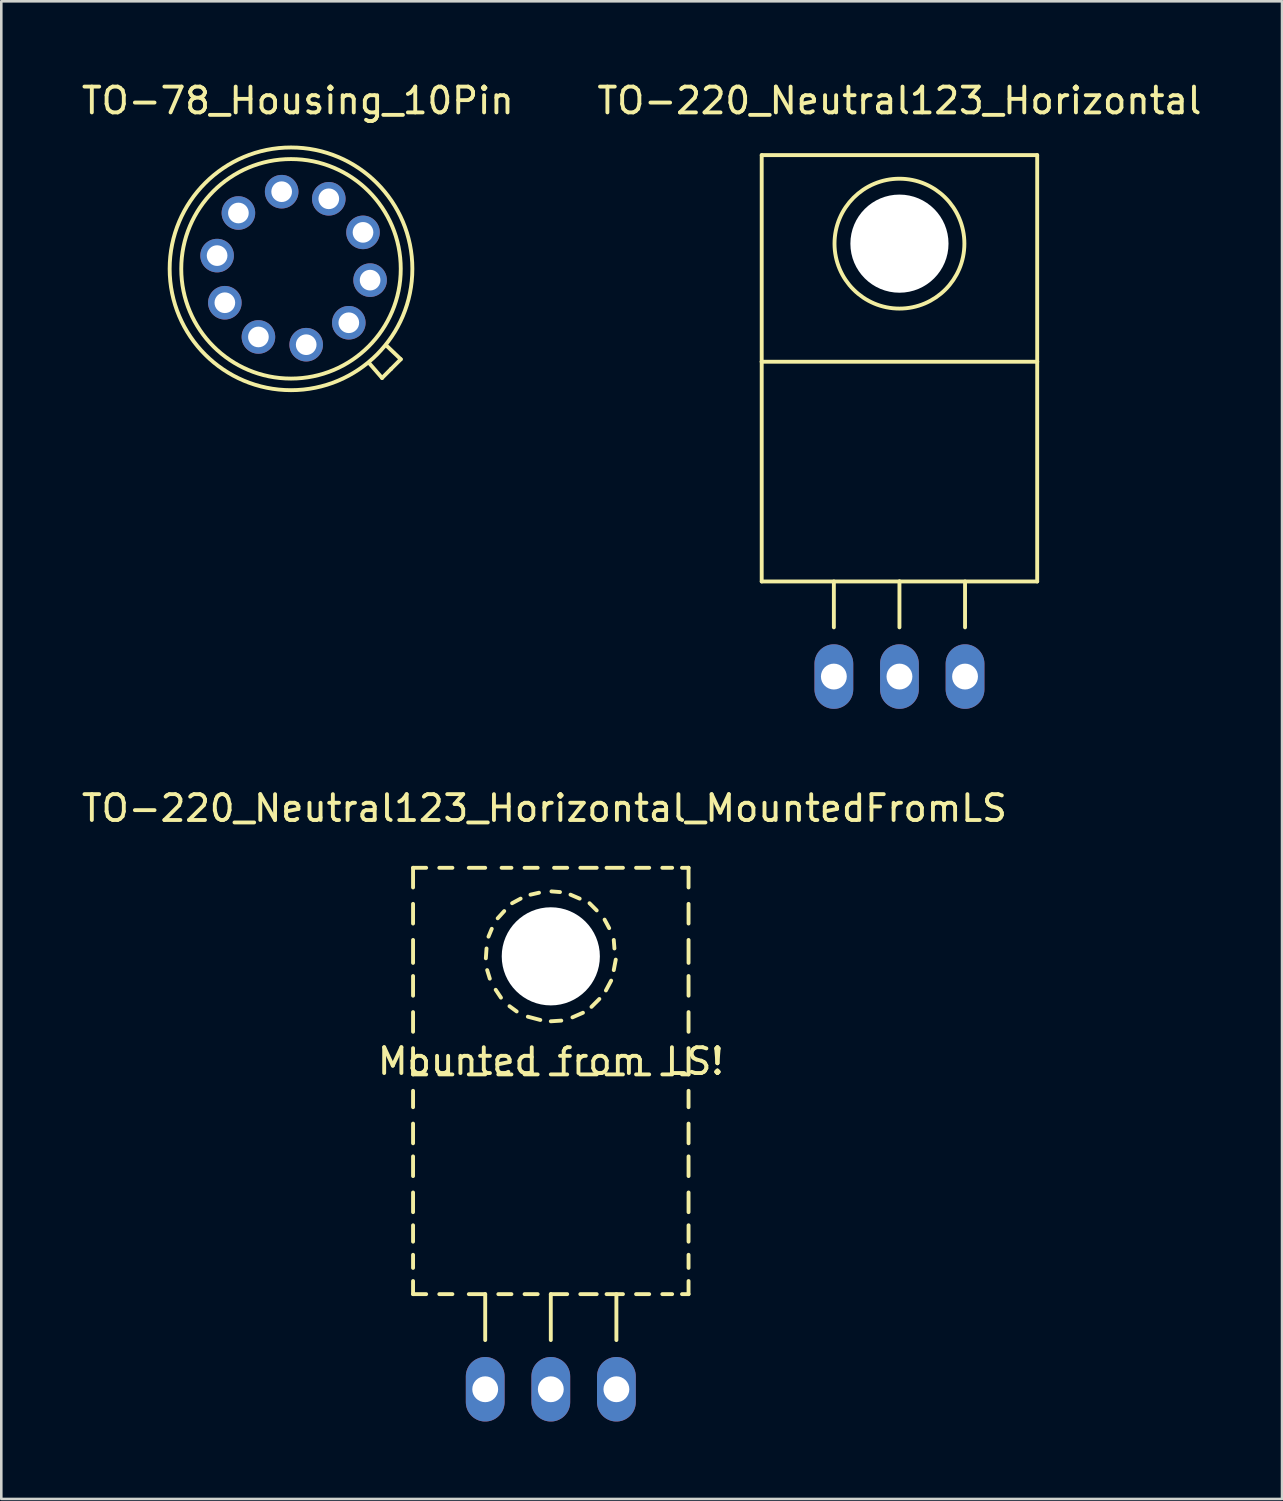
<source format=kicad_pcb>
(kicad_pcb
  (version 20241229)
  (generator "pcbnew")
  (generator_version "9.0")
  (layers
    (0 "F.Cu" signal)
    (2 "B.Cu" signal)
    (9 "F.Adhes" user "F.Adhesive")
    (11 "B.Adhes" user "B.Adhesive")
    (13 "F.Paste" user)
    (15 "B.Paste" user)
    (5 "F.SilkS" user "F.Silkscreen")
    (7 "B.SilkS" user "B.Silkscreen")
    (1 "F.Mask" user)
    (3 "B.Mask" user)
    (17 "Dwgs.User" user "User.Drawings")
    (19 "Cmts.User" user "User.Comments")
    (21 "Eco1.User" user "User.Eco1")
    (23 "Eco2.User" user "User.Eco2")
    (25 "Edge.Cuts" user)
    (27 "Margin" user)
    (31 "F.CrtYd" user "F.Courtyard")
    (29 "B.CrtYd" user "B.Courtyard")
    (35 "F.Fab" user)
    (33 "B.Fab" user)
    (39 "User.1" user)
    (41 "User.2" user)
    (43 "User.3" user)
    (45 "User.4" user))
  (footprint "TO-220_Neutral123_Horizontal"
    (layer "F.Cu")
    (at 31.78 23.149)
    (property "Reference" "TO-220_Neutral123_Horizontal" (at 0 -22.301 0) (layer "F.SilkS") (effects (font (size 1 1) (thickness 0.15))))
    (attr through_hole)
    (fp_line (start -5.334 -20.193) (end -5.334 -12.192) (stroke (width 0.15) (type solid)) (layer "F.SilkS"))
    (fp_line (start -5.334 -12.192) (end -5.334 -3.683) (stroke (width 0.15) (type solid)) (layer "F.SilkS"))
    (fp_line (start -2.54 -3.683) (end -2.54 -1.905) (stroke (width 0.15) (type solid)) (layer "F.SilkS"))
    (fp_line (start 0 -3.683) (end -5.334 -3.683) (stroke (width 0.15) (type solid)) (layer "F.SilkS"))
    (fp_line (start 0 -3.683) (end 0 -1.905) (stroke (width 0.15) (type solid)) (layer "F.SilkS"))
    (fp_line (start 0 -3.683) (end 5.334 -3.683) (stroke (width 0.15) (type solid)) (layer "F.SilkS"))
    (fp_line (start 2.54 -3.683) (end 2.54 -1.905) (stroke (width 0.15) (type solid)) (layer "F.SilkS"))
    (fp_line (start 5.334 -20.193) (end -5.334 -20.193) (stroke (width 0.15) (type solid)) (layer "F.SilkS"))
    (fp_line (start 5.334 -12.192) (end -5.334 -12.192) (stroke (width 0.15) (type solid)) (layer "F.SilkS"))
    (fp_line (start 5.334 -12.192) (end 5.334 -20.193) (stroke (width 0.15) (type solid)) (layer "F.SilkS"))
    (fp_line (start 5.334 -3.683) (end 5.334 -12.192) (stroke (width 0.15) (type solid)) (layer "F.SilkS"))
    (fp_circle (center 0 -16.764) (end 1.778 -14.986) (stroke (width 0.15) (type solid)) (fill no) (layer "F.SilkS"))
    (pad "" np_thru_hole circle (at 0 -16.764 90) (size 3.8 3.8) (drill 3.8) (layers "*.Cu" "*.Mask"))
    (pad "1" thru_hole oval (at -2.54 0 90) (size 2.499 1.501) (drill 1.001) (layers "*.Cu" "*.Mask"))
    (pad "2" thru_hole oval (at 0 0 90) (size 2.499 1.501) (drill 1.001) (layers "*.Cu" "*.Mask"))
    (pad "3" thru_hole oval (at 2.54 0 90) (size 2.499 1.501) (drill 1.001) (layers "*.Cu" "*.Mask")))
  (footprint "TO-78_Housing_10Pin"
    (layer "F.Cu")
    (at 8.332 7.323)
    (property "Reference" "TO-78_Housing_10Pin" (at 0.15 -6.475 0) (layer "F.SilkS") (effects (font (size 1 1) (thickness 0.15))))
    (attr through_hole)
    (fp_line (start 3.413 4.263) (end 2.913 3.688) (stroke (width 0.15) (type solid)) (layer "F.SilkS"))
    (fp_line (start 3.763 3.913) (end 3.413 4.263) (stroke (width 0.15) (type solid)) (layer "F.SilkS"))
    (fp_line (start 3.763 3.913) (end 4.138 3.538) (stroke (width 0.15) (type solid)) (layer "F.SilkS"))
    (fp_line (start 4.138 3.538) (end 3.587 3.013) (stroke (width 0.15) (type solid)) (layer "F.SilkS"))
    (fp_circle (center -0.113 0.037) (end -0.113 -4.662) (stroke (width 0.15) (type solid)) (fill no) (layer "F.SilkS"))
    (fp_circle (center -0.113 0.037) (end -0.113 -4.213) (stroke (width 0.15) (type solid)) (fill no) (layer "F.SilkS"))
    (pad "1" thru_hole circle (at 2.95 0.475) (size 1.3 1.3) (drill 0.8) (layers "*.Cu" "*.Mask"))
    (pad "2" thru_hole circle (at 2.675 -1.375) (size 1.3 1.3) (drill 0.8) (layers "*.Cu" "*.Mask"))
    (pad "3" thru_hole circle (at 1.35 -2.675) (size 1.3 1.3) (drill 0.8) (layers "*.Cu" "*.Mask"))
    (pad "4" thru_hole circle (at -0.475 -2.95) (size 1.3 1.3) (drill 0.8) (layers "*.Cu" "*.Mask"))
    (pad "5" thru_hole circle (at -2.15 -2.125) (size 1.3 1.3) (drill 0.8) (layers "*.Cu" "*.Mask"))
    (pad "6" thru_hole circle (at -2.975 -0.475) (size 1.3 1.3) (drill 0.8) (layers "*.Cu" "*.Mask"))
    (pad "7" thru_hole circle (at -2.675 1.35) (size 1.3 1.3) (drill 0.8) (layers "*.Cu" "*.Mask"))
    (pad "8" thru_hole circle (at -1.375 2.675) (size 1.3 1.3) (drill 0.8) (layers "*.Cu" "*.Mask"))
    (pad "9" thru_hole circle (at 0.475 2.975) (size 1.3 1.3) (drill 0.8) (layers "*.Cu" "*.Mask"))
    (pad "10" thru_hole circle (at 2.125 2.125) (size 1.3 1.3) (drill 0.8) (layers "*.Cu" "*.Mask")))
  (footprint "TO-220_Neutral123_Horizontal_MountedFromLS"
    (layer "F.Cu")
    (at 18.279 50.747)
    (property "Reference" "TO-220_Neutral123_Horizontal_MountedFromLS" (at -0.249 -22.499 0) (layer "F.SilkS") (effects (font (size 1 1) (thickness 0.15))))
    (attr through_hole)
    (fp_line (start -5.334 -20.193) (end -5.334 -19.431) (stroke (width 0.15) (type solid)) (layer "F.SilkS"))
    (fp_line (start -5.334 -20.193) (end -4.826 -20.193) (stroke (width 0.15) (type solid)) (layer "F.SilkS"))
    (fp_line (start -5.334 -18.796) (end -5.334 -18.034) (stroke (width 0.15) (type solid)) (layer "F.SilkS"))
    (fp_line (start -5.334 -17.399) (end -5.334 -16.51) (stroke (width 0.15) (type solid)) (layer "F.SilkS"))
    (fp_line (start -5.334 -16.002) (end -5.334 -15.24) (stroke (width 0.15) (type solid)) (layer "F.SilkS"))
    (fp_line (start -5.334 -14.605) (end -5.334 -13.843) (stroke (width 0.15) (type solid)) (layer "F.SilkS"))
    (fp_line (start -5.334 -13.208) (end -5.334 -12.192) (stroke (width 0.15) (type solid)) (layer "F.SilkS"))
    (fp_line (start -5.334 -12.192) (end -4.826 -12.192) (stroke (width 0.15) (type solid)) (layer "F.SilkS"))
    (fp_line (start -5.334 -11.557) (end -5.334 -10.922) (stroke (width 0.15) (type solid)) (layer "F.SilkS"))
    (fp_line (start -5.334 -10.287) (end -5.334 -9.525) (stroke (width 0.15) (type solid)) (layer "F.SilkS"))
    (fp_line (start -5.334 -9.017) (end -5.334 -8.255) (stroke (width 0.15) (type solid)) (layer "F.SilkS"))
    (fp_line (start -5.334 -7.62) (end -5.334 -6.858) (stroke (width 0.15) (type solid)) (layer "F.SilkS"))
    (fp_line (start -5.334 -6.35) (end -5.334 -5.715) (stroke (width 0.15) (type solid)) (layer "F.SilkS"))
    (fp_line (start -5.334 -5.207) (end -5.334 -4.699) (stroke (width 0.15) (type solid)) (layer "F.SilkS"))
    (fp_line (start -5.334 -4.191) (end -5.334 -3.683) (stroke (width 0.15) (type solid)) (layer "F.SilkS"))
    (fp_line (start -5.334 -3.683) (end -4.826 -3.683) (stroke (width 0.15) (type solid)) (layer "F.SilkS"))
    (fp_line (start -4.318 -20.193) (end -3.81 -20.193) (stroke (width 0.15) (type solid)) (layer "F.SilkS"))
    (fp_line (start -4.318 -12.192) (end -3.81 -12.192) (stroke (width 0.15) (type solid)) (layer "F.SilkS"))
    (fp_line (start -4.318 -3.683) (end -3.81 -3.683) (stroke (width 0.15) (type solid)) (layer "F.SilkS"))
    (fp_line (start -3.175 -20.193) (end -2.54 -20.193) (stroke (width 0.15) (type solid)) (layer "F.SilkS"))
    (fp_line (start -3.175 -12.192) (end -2.54 -12.192) (stroke (width 0.15) (type solid)) (layer "F.SilkS"))
    (fp_line (start -3.175 -3.683) (end -2.54 -3.683) (stroke (width 0.15) (type solid)) (layer "F.SilkS"))
    (fp_line (start -2.54 -3.683) (end -2.54 -1.905) (stroke (width 0.15) (type solid)) (layer "F.SilkS"))
    (fp_line (start -2.515 -16.688) (end -2.489 -17.069) (stroke (width 0.15) (type solid)) (layer "F.SilkS"))
    (fp_line (start -2.413 -17.526) (end -2.286 -17.831) (stroke (width 0.15) (type solid)) (layer "F.SilkS"))
    (fp_line (start -2.362 -15.9) (end -2.464 -16.231) (stroke (width 0.15) (type solid)) (layer "F.SilkS"))
    (fp_line (start -2.057 -18.237) (end -1.803 -18.517) (stroke (width 0.15) (type solid)) (layer "F.SilkS"))
    (fp_line (start -2.032 -12.192) (end -1.524 -12.192) (stroke (width 0.15) (type solid)) (layer "F.SilkS"))
    (fp_line (start -2.032 -3.683) (end -1.524 -3.683) (stroke (width 0.15) (type solid)) (layer "F.SilkS"))
    (fp_line (start -1.93 -15.164) (end -2.134 -15.469) (stroke (width 0.15) (type solid)) (layer "F.SilkS"))
    (fp_line (start -1.905 -20.193) (end -1.524 -20.193) (stroke (width 0.15) (type solid)) (layer "F.SilkS"))
    (fp_line (start -1.499 -18.821) (end -1.168 -18.999) (stroke (width 0.15) (type solid)) (layer "F.SilkS"))
    (fp_line (start -1.321 -14.63) (end -1.6 -14.834) (stroke (width 0.15) (type solid)) (layer "F.SilkS"))
    (fp_line (start -1.016 -20.193) (end -0.508 -20.193) (stroke (width 0.15) (type solid)) (layer "F.SilkS"))
    (fp_line (start -1.016 -12.192) (end -0.508 -12.192) (stroke (width 0.15) (type solid)) (layer "F.SilkS"))
    (fp_line (start -1.016 -3.683) (end -0.508 -3.683) (stroke (width 0.15) (type solid)) (layer "F.SilkS"))
    (fp_line (start -0.787 -19.152) (end -0.457 -19.228) (stroke (width 0.15) (type solid)) (layer "F.SilkS"))
    (fp_line (start -0.406 -14.3) (end -0.889 -14.427) (stroke (width 0.15) (type solid)) (layer "F.SilkS"))
    (fp_line (start 0 -12.192) (end 0.635 -12.192) (stroke (width 0.15) (type solid)) (layer "F.SilkS"))
    (fp_line (start 0 -3.683) (end 0 -1.905) (stroke (width 0.15) (type solid)) (layer "F.SilkS"))
    (fp_line (start 0 -3.683) (end 0.635 -3.683) (stroke (width 0.15) (type solid)) (layer "F.SilkS"))
    (fp_line (start 0.025 -19.279) (end 0.356 -19.253) (stroke (width 0.15) (type solid)) (layer "F.SilkS"))
    (fp_line (start 0.127 -20.193) (end 0.635 -20.193) (stroke (width 0.15) (type solid)) (layer "F.SilkS"))
    (fp_line (start 0.406 -14.275) (end 0 -14.249) (stroke (width 0.15) (type solid)) (layer "F.SilkS"))
    (fp_line (start 0.762 -19.152) (end 1.118 -18.999) (stroke (width 0.15) (type solid)) (layer "F.SilkS"))
    (fp_line (start 1.143 -20.193) (end 1.778 -20.193) (stroke (width 0.15) (type solid)) (layer "F.SilkS"))
    (fp_line (start 1.143 -12.192) (end 1.778 -12.192) (stroke (width 0.15) (type solid)) (layer "F.SilkS"))
    (fp_line (start 1.143 -3.683) (end 1.778 -3.683) (stroke (width 0.15) (type solid)) (layer "F.SilkS"))
    (fp_line (start 1.245 -14.58) (end 0.838 -14.402) (stroke (width 0.15) (type solid)) (layer "F.SilkS"))
    (fp_line (start 1.499 -18.821) (end 1.778 -18.542) (stroke (width 0.15) (type solid)) (layer "F.SilkS"))
    (fp_line (start 1.88 -15.113) (end 1.575 -14.808) (stroke (width 0.15) (type solid)) (layer "F.SilkS"))
    (fp_line (start 2.083 -18.186) (end 2.261 -17.856) (stroke (width 0.15) (type solid)) (layer "F.SilkS"))
    (fp_line (start 2.159 -20.193) (end 2.794 -20.193) (stroke (width 0.15) (type solid)) (layer "F.SilkS"))
    (fp_line (start 2.159 -12.192) (end 2.794 -12.192) (stroke (width 0.15) (type solid)) (layer "F.SilkS"))
    (fp_line (start 2.159 -3.683) (end 2.794 -3.683) (stroke (width 0.15) (type solid)) (layer "F.SilkS"))
    (fp_line (start 2.337 -15.824) (end 2.134 -15.443) (stroke (width 0.15) (type solid)) (layer "F.SilkS"))
    (fp_line (start 2.438 -17.399) (end 2.464 -17.069) (stroke (width 0.15) (type solid)) (layer "F.SilkS"))
    (fp_line (start 2.515 -16.637) (end 2.438 -16.231) (stroke (width 0.15) (type solid)) (layer "F.SilkS"))
    (fp_line (start 2.54 -3.683) (end 2.54 -1.905) (stroke (width 0.15) (type solid)) (layer "F.SilkS"))
    (fp_line (start 3.302 -20.193) (end 3.81 -20.193) (stroke (width 0.15) (type solid)) (layer "F.SilkS"))
    (fp_line (start 3.302 -12.192) (end 3.81 -12.192) (stroke (width 0.15) (type solid)) (layer "F.SilkS"))
    (fp_line (start 3.302 -3.683) (end 3.81 -3.683) (stroke (width 0.15) (type solid)) (layer "F.SilkS"))
    (fp_line (start 4.318 -20.193) (end 4.699 -20.193) (stroke (width 0.15) (type solid)) (layer "F.SilkS"))
    (fp_line (start 4.318 -12.192) (end 4.699 -12.192) (stroke (width 0.15) (type solid)) (layer "F.SilkS"))
    (fp_line (start 4.318 -3.683) (end 4.699 -3.683) (stroke (width 0.15) (type solid)) (layer "F.SilkS"))
    (fp_line (start 5.08 -20.193) (end 5.334 -20.193) (stroke (width 0.15) (type solid)) (layer "F.SilkS"))
    (fp_line (start 5.08 -12.192) (end 5.334 -12.192) (stroke (width 0.15) (type solid)) (layer "F.SilkS"))
    (fp_line (start 5.08 -3.683) (end 5.334 -3.683) (stroke (width 0.15) (type solid)) (layer "F.SilkS"))
    (fp_line (start 5.334 -20.193) (end 5.334 -19.431) (stroke (width 0.15) (type solid)) (layer "F.SilkS"))
    (fp_line (start 5.334 -18.796) (end 5.334 -18.034) (stroke (width 0.15) (type solid)) (layer "F.SilkS"))
    (fp_line (start 5.334 -17.399) (end 5.334 -16.51) (stroke (width 0.15) (type solid)) (layer "F.SilkS"))
    (fp_line (start 5.334 -16.002) (end 5.334 -15.24) (stroke (width 0.15) (type solid)) (layer "F.SilkS"))
    (fp_line (start 5.334 -14.605) (end 5.334 -13.843) (stroke (width 0.15) (type solid)) (layer "F.SilkS"))
    (fp_line (start 5.334 -13.208) (end 5.334 -12.192) (stroke (width 0.15) (type solid)) (layer "F.SilkS"))
    (fp_line (start 5.334 -11.557) (end 5.334 -10.922) (stroke (width 0.15) (type solid)) (layer "F.SilkS"))
    (fp_line (start 5.334 -10.287) (end 5.334 -9.525) (stroke (width 0.15) (type solid)) (layer "F.SilkS"))
    (fp_line (start 5.334 -9.017) (end 5.334 -8.255) (stroke (width 0.15) (type solid)) (layer "F.SilkS"))
    (fp_line (start 5.334 -7.62) (end 5.334 -6.858) (stroke (width 0.15) (type solid)) (layer "F.SilkS"))
    (fp_line (start 5.334 -6.35) (end 5.334 -5.715) (stroke (width 0.15) (type solid)) (layer "F.SilkS"))
    (fp_line (start 5.334 -5.207) (end 5.334 -4.699) (stroke (width 0.15) (type solid)) (layer "F.SilkS"))
    (fp_line (start 5.334 -4.191) (end 5.334 -3.683) (stroke (width 0.15) (type solid)) (layer "F.SilkS"))
    (fp_text user "Mounted from LS!" (at 0 -12.7 0) (layer "F.SilkS") (effects (font (size 1 1) (thickness 0.15))))
    (pad "" np_thru_hole circle (at 0 -16.764 90) (size 3.8 3.8) (drill 3.8) (layers "*.Cu" "*.Mask"))
    (pad "1" thru_hole oval (at 2.54 0 90) (size 2.499 1.501) (drill 1.001) (layers "*.Cu" "*.Mask"))
    (pad "2" thru_hole oval (at 0 0 90) (size 2.499 1.501) (drill 1.001) (layers "*.Cu" "*.Mask"))
    (pad "3" thru_hole oval (at -2.54 0 90) (size 2.499 1.501) (drill 1.001) (layers "*.Cu" "*.Mask")))
  (gr_rect
    (start -3 -3)
    (end 46.595 54.996)
    (stroke (width 0.1) (type default))
    (fill no)
    (layer "Edge.Cuts")))
</source>
